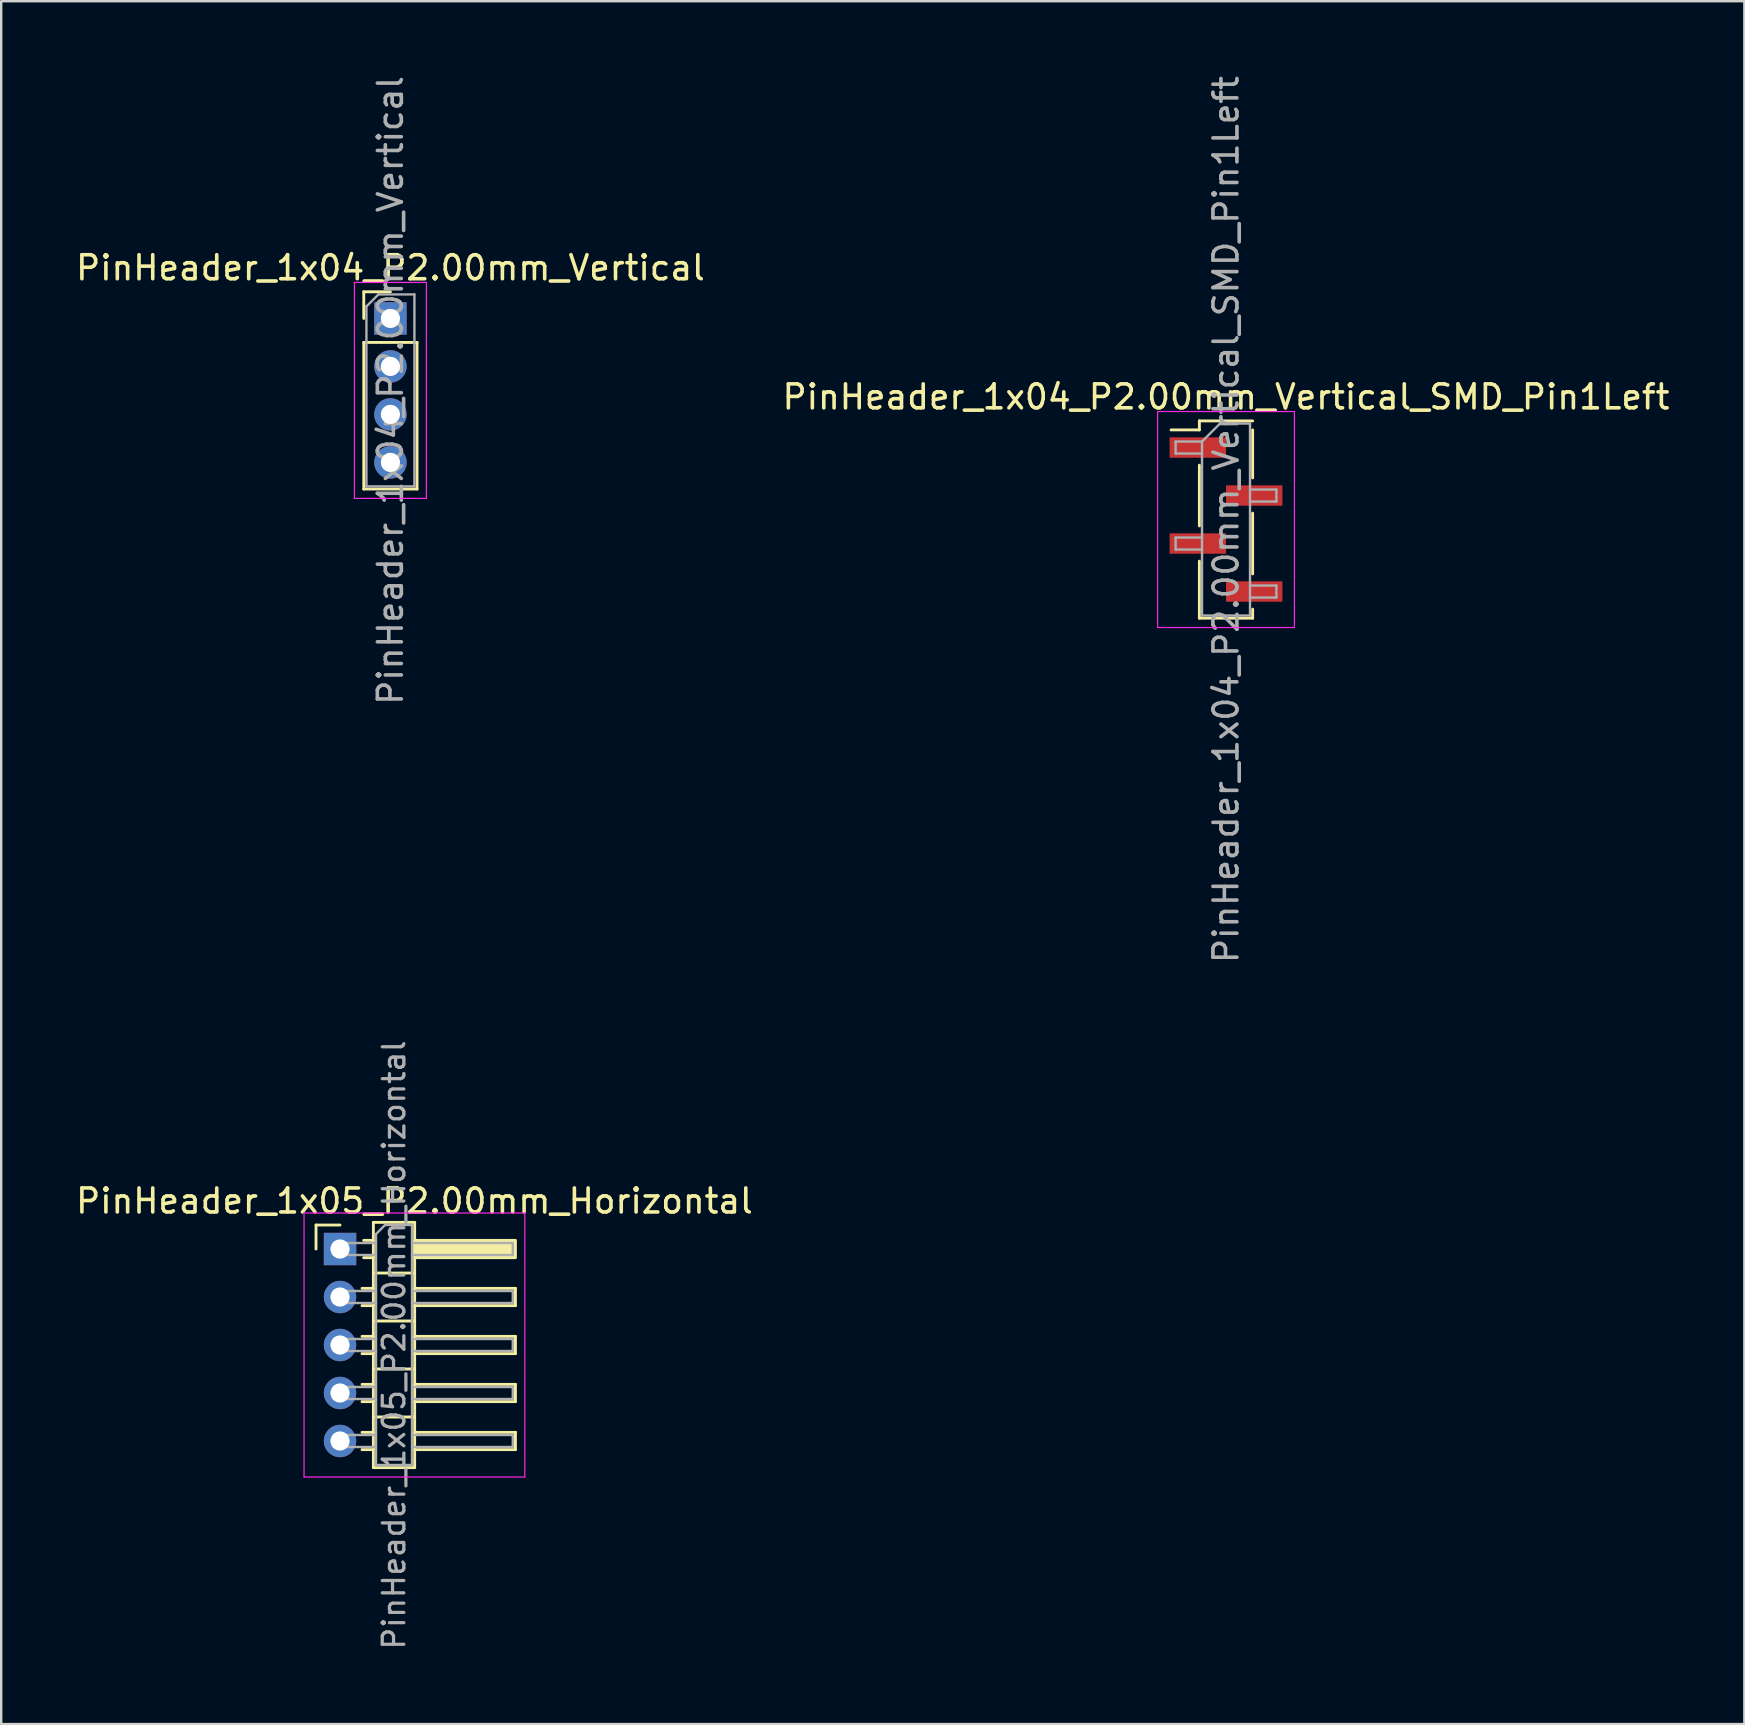
<source format=kicad_pcb>
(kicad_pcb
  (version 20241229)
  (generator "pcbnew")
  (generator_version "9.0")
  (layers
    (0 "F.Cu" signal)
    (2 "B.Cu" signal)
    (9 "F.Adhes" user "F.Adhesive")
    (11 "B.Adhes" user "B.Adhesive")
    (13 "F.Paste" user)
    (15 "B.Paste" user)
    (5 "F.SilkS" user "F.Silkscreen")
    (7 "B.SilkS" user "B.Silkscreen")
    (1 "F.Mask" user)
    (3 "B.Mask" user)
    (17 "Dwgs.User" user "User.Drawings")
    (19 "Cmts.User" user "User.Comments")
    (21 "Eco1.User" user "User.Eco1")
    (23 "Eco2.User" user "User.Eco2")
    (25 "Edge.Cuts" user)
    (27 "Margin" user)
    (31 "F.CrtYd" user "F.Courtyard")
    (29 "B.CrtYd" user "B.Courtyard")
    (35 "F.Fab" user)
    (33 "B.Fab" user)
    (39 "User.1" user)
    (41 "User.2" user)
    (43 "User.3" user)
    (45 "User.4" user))
  (footprint "PinHeader_1x04_P2.00mm_Vertical"
    (layer "F.Cu")
    (at 13.22 10.22)
    (property "Reference" "PinHeader_1x04_P2.00mm_Vertical" (at 0 -2.11 0) (layer "F.SilkS") (effects (font (size 1 1) (thickness 0.15))))
    (attr through_hole)
    (fp_line (start -1.11 -1.11) (end 0 -1.11) (stroke (width 0.12) (type solid)) (layer "F.SilkS"))
    (fp_line (start -1.11 0) (end -1.11 -1.11) (stroke (width 0.12) (type solid)) (layer "F.SilkS"))
    (fp_line (start -1.11 1) (end -1.11 7.11) (stroke (width 0.12) (type solid)) (layer "F.SilkS"))
    (fp_line (start -1.11 1) (end 1.11 1) (stroke (width 0.12) (type solid)) (layer "F.SilkS"))
    (fp_line (start -1.11 7.11) (end 1.11 7.11) (stroke (width 0.12) (type solid)) (layer "F.SilkS"))
    (fp_line (start 1.11 1) (end 1.11 7.11) (stroke (width 0.12) (type solid)) (layer "F.SilkS"))
    (fp_line (start -1.5 -1.5) (end -1.5 7.5) (stroke (width 0.05) (type solid)) (layer "F.CrtYd"))
    (fp_line (start -1.5 7.5) (end 1.5 7.5) (stroke (width 0.05) (type solid)) (layer "F.CrtYd"))
    (fp_line (start 1.5 -1.5) (end -1.5 -1.5) (stroke (width 0.05) (type solid)) (layer "F.CrtYd"))
    (fp_line (start 1.5 7.5) (end 1.5 -1.5) (stroke (width 0.05) (type solid)) (layer "F.CrtYd"))
    (fp_line (start -1 -0.5) (end -0.5 -1) (stroke (width 0.1) (type solid)) (layer "F.Fab"))
    (fp_line (start -1 7) (end -1 -0.5) (stroke (width 0.1) (type solid)) (layer "F.Fab"))
    (fp_line (start -0.5 -1) (end 1 -1) (stroke (width 0.1) (type solid)) (layer "F.Fab"))
    (fp_line (start 1 -1) (end 1 7) (stroke (width 0.1) (type solid)) (layer "F.Fab"))
    (fp_line (start 1 7) (end -1 7) (stroke (width 0.1) (type solid)) (layer "F.Fab"))
    (fp_text user "${REFERENCE}" (at 0 3 90) (layer "F.Fab") (effects (font (size 1 1) (thickness 0.15))))
    (pad "1" thru_hole rect (at 0 0) (size 1.35 1.35) (drill 0.8) (layers "*.Cu" "*.Mask"))
    (pad "2" thru_hole circle (at 0 2) (size 1.35 1.35) (drill 0.8) (layers "*.Cu" "*.Mask"))
    (pad "3" thru_hole circle (at 0 4) (size 1.35 1.35) (drill 0.8) (layers "*.Cu" "*.Mask"))
    (pad "4" thru_hole circle (at 0 6) (size 1.35 1.35) (drill 0.8) (layers "*.Cu" "*.Mask")))
  (footprint "PinHeader_1x04_P2.00mm_Vertical_SMD_Pin1Left"
    (layer "F.Cu")
    (at 48.042 18.601)
    (property "Reference" "PinHeader_1x04_P2.00mm_Vertical_SMD_Pin1Left" (at 0 -5.11 0) (layer "F.SilkS") (effects (font (size 1 1) (thickness 0.15))))
    (attr smd)
    (fp_line (start -1.11 -4.11) (end -1.11 -3.735) (stroke (width 0.12) (type solid)) (layer "F.SilkS"))
    (fp_line (start -1.11 -4.11) (end 1.11 -4.11) (stroke (width 0.12) (type solid)) (layer "F.SilkS"))
    (fp_line (start -1.11 -3.735) (end -2.29 -3.735) (stroke (width 0.12) (type solid)) (layer "F.SilkS"))
    (fp_line (start -1.11 -2.265) (end -1.11 0.265) (stroke (width 0.12) (type solid)) (layer "F.SilkS"))
    (fp_line (start -1.11 1.735) (end -1.11 4.11) (stroke (width 0.12) (type solid)) (layer "F.SilkS"))
    (fp_line (start -1.11 4.11) (end 1.11 4.11) (stroke (width 0.12) (type solid)) (layer "F.SilkS"))
    (fp_line (start 1.11 -3.735) (end 1.11 -1.735) (stroke (width 0.12) (type solid)) (layer "F.SilkS"))
    (fp_line (start 1.11 -0.265) (end 1.11 2.265) (stroke (width 0.12) (type solid)) (layer "F.SilkS"))
    (fp_line (start 1.11 3.735) (end 1.11 4.11) (stroke (width 0.12) (type solid)) (layer "F.SilkS"))
    (fp_line (start -2.85 -4.5) (end -2.85 4.5) (stroke (width 0.05) (type solid)) (layer "F.CrtYd"))
    (fp_line (start -2.85 4.5) (end 2.85 4.5) (stroke (width 0.05) (type solid)) (layer "F.CrtYd"))
    (fp_line (start 2.85 -4.5) (end -2.85 -4.5) (stroke (width 0.05) (type solid)) (layer "F.CrtYd"))
    (fp_line (start 2.85 4.5) (end 2.85 -4.5) (stroke (width 0.05) (type solid)) (layer "F.CrtYd"))
    (fp_line (start -2.1 -3.25) (end -2.1 -2.75) (stroke (width 0.1) (type solid)) (layer "F.Fab"))
    (fp_line (start -2.1 -2.75) (end -1 -2.75) (stroke (width 0.1) (type solid)) (layer "F.Fab"))
    (fp_line (start -2.1 0.75) (end -2.1 1.25) (stroke (width 0.1) (type solid)) (layer "F.Fab"))
    (fp_line (start -2.1 1.25) (end -1 1.25) (stroke (width 0.1) (type solid)) (layer "F.Fab"))
    (fp_line (start -1 -3.25) (end -2.1 -3.25) (stroke (width 0.1) (type solid)) (layer "F.Fab"))
    (fp_line (start -1 -3.25) (end -0.25 -4) (stroke (width 0.1) (type solid)) (layer "F.Fab"))
    (fp_line (start -1 0.75) (end -2.1 0.75) (stroke (width 0.1) (type solid)) (layer "F.Fab"))
    (fp_line (start -1 4) (end -1 -3.25) (stroke (width 0.1) (type solid)) (layer "F.Fab"))
    (fp_line (start -0.25 -4) (end 1 -4) (stroke (width 0.1) (type solid)) (layer "F.Fab"))
    (fp_line (start 1 -4) (end 1 4) (stroke (width 0.1) (type solid)) (layer "F.Fab"))
    (fp_line (start 1 -1.25) (end 2.1 -1.25) (stroke (width 0.1) (type solid)) (layer "F.Fab"))
    (fp_line (start 1 2.75) (end 2.1 2.75) (stroke (width 0.1) (type solid)) (layer "F.Fab"))
    (fp_line (start 1 4) (end -1 4) (stroke (width 0.1) (type solid)) (layer "F.Fab"))
    (fp_line (start 2.1 -1.25) (end 2.1 -0.75) (stroke (width 0.1) (type solid)) (layer "F.Fab"))
    (fp_line (start 2.1 -0.75) (end 1 -0.75) (stroke (width 0.1) (type solid)) (layer "F.Fab"))
    (fp_line (start 2.1 2.75) (end 2.1 3.25) (stroke (width 0.1) (type solid)) (layer "F.Fab"))
    (fp_line (start 2.1 3.25) (end 1 3.25) (stroke (width 0.1) (type solid)) (layer "F.Fab"))
    (fp_text user "${REFERENCE}" (at 0 0 90) (layer "F.Fab") (effects (font (size 1 1) (thickness 0.15))))
    (pad "1" smd rect (at -1.175 -3) (size 2.35 0.85) (layers "F.Cu" "F.Mask" "F.Paste"))
    (pad "2" smd rect (at 1.175 -1) (size 2.35 0.85) (layers "F.Cu" "F.Mask" "F.Paste"))
    (pad "3" smd rect (at -1.175 1) (size 2.35 0.85) (layers "F.Cu" "F.Mask" "F.Paste"))
    (pad "4" smd rect (at 1.175 3) (size 2.35 0.85) (layers "F.Cu" "F.Mask" "F.Paste")))
  (footprint "PinHeader_1x05_P2.00mm_Horizontal"
    (layer "F.Cu")
    (at 11.12 49.001)
    (property "Reference" "PinHeader_1x05_P2.00mm_Horizontal" (at 3.1 -2 0) (layer "F.SilkS") (effects (font (size 1 1) (thickness 0.15))))
    (attr through_hole)
    (fp_line (start -1 -1) (end 0 -1) (stroke (width 0.12) (type solid)) (layer "F.SilkS"))
    (fp_line (start -1 0) (end -1 -1) (stroke (width 0.12) (type solid)) (layer "F.SilkS"))
    (fp_line (start 0.917 1.64) (end 1.39 1.64) (stroke (width 0.12) (type solid)) (layer "F.SilkS"))
    (fp_line (start 0.917 2.36) (end 1.39 2.36) (stroke (width 0.12) (type solid)) (layer "F.SilkS"))
    (fp_line (start 0.917 3.64) (end 1.39 3.64) (stroke (width 0.12) (type solid)) (layer "F.SilkS"))
    (fp_line (start 0.917 4.36) (end 1.39 4.36) (stroke (width 0.12) (type solid)) (layer "F.SilkS"))
    (fp_line (start 0.917 5.64) (end 1.39 5.64) (stroke (width 0.12) (type solid)) (layer "F.SilkS"))
    (fp_line (start 0.917 6.36) (end 1.39 6.36) (stroke (width 0.12) (type solid)) (layer "F.SilkS"))
    (fp_line (start 0.917 7.64) (end 1.39 7.64) (stroke (width 0.12) (type solid)) (layer "F.SilkS"))
    (fp_line (start 0.917 8.36) (end 1.39 8.36) (stroke (width 0.12) (type solid)) (layer "F.SilkS"))
    (fp_line (start 0.985 -0.36) (end 1.39 -0.36) (stroke (width 0.12) (type solid)) (layer "F.SilkS"))
    (fp_line (start 0.985 0.36) (end 1.39 0.36) (stroke (width 0.12) (type solid)) (layer "F.SilkS"))
    (fp_line (start 1.39 -1.11) (end 1.39 9.11) (stroke (width 0.12) (type solid)) (layer "F.SilkS"))
    (fp_line (start 1.39 1) (end 3.11 1) (stroke (width 0.12) (type solid)) (layer "F.SilkS"))
    (fp_line (start 1.39 3) (end 3.11 3) (stroke (width 0.12) (type solid)) (layer "F.SilkS"))
    (fp_line (start 1.39 5) (end 3.11 5) (stroke (width 0.12) (type solid)) (layer "F.SilkS"))
    (fp_line (start 1.39 7) (end 3.11 7) (stroke (width 0.12) (type solid)) (layer "F.SilkS"))
    (fp_line (start 1.39 9.11) (end 3.11 9.11) (stroke (width 0.12) (type solid)) (layer "F.SilkS"))
    (fp_line (start 3.11 -1.11) (end 1.39 -1.11) (stroke (width 0.12) (type solid)) (layer "F.SilkS"))
    (fp_line (start 3.11 1.64) (end 7.31 1.64) (stroke (width 0.12) (type solid)) (layer "F.SilkS"))
    (fp_line (start 3.11 3.64) (end 7.31 3.64) (stroke (width 0.12) (type solid)) (layer "F.SilkS"))
    (fp_line (start 3.11 5.64) (end 7.31 5.64) (stroke (width 0.12) (type solid)) (layer "F.SilkS"))
    (fp_line (start 3.11 7.64) (end 7.31 7.64) (stroke (width 0.12) (type solid)) (layer "F.SilkS"))
    (fp_line (start 3.11 9.11) (end 3.11 -1.11) (stroke (width 0.12) (type solid)) (layer "F.SilkS"))
    (fp_line (start 7.31 1.64) (end 7.31 2.36) (stroke (width 0.12) (type solid)) (layer "F.SilkS"))
    (fp_line (start 7.31 2.36) (end 3.11 2.36) (stroke (width 0.12) (type solid)) (layer "F.SilkS"))
    (fp_line (start 7.31 3.64) (end 7.31 4.36) (stroke (width 0.12) (type solid)) (layer "F.SilkS"))
    (fp_line (start 7.31 4.36) (end 3.11 4.36) (stroke (width 0.12) (type solid)) (layer "F.SilkS"))
    (fp_line (start 7.31 5.64) (end 7.31 6.36) (stroke (width 0.12) (type solid)) (layer "F.SilkS"))
    (fp_line (start 7.31 6.36) (end 3.11 6.36) (stroke (width 0.12) (type solid)) (layer "F.SilkS"))
    (fp_line (start 7.31 7.64) (end 7.31 8.36) (stroke (width 0.12) (type solid)) (layer "F.SilkS"))
    (fp_line (start 7.31 8.36) (end 3.11 8.36) (stroke (width 0.12) (type solid)) (layer "F.SilkS"))
    (fp_rect (start 3.11 -0.36) (end 7.31 0.36) (stroke (width 0.12) (type solid)) (fill yes) (layer "F.SilkS"))
    (fp_line (start -1.5 -1.5) (end -1.5 9.5) (stroke (width 0.05) (type solid)) (layer "F.CrtYd"))
    (fp_line (start -1.5 9.5) (end 7.7 9.5) (stroke (width 0.05) (type solid)) (layer "F.CrtYd"))
    (fp_line (start 7.7 -1.5) (end -1.5 -1.5) (stroke (width 0.05) (type solid)) (layer "F.CrtYd"))
    (fp_line (start 7.7 9.5) (end 7.7 -1.5) (stroke (width 0.05) (type solid)) (layer "F.CrtYd"))
    (fp_line (start -0.25 -0.25) (end -0.25 0.25) (stroke (width 0.1) (type solid)) (layer "F.Fab"))
    (fp_line (start -0.25 -0.25) (end 1.5 -0.25) (stroke (width 0.1) (type solid)) (layer "F.Fab"))
    (fp_line (start -0.25 0.25) (end 1.5 0.25) (stroke (width 0.1) (type solid)) (layer "F.Fab"))
    (fp_line (start -0.25 1.75) (end -0.25 2.25) (stroke (width 0.1) (type solid)) (layer "F.Fab"))
    (fp_line (start -0.25 1.75) (end 1.5 1.75) (stroke (width 0.1) (type solid)) (layer "F.Fab"))
    (fp_line (start -0.25 2.25) (end 1.5 2.25) (stroke (width 0.1) (type solid)) (layer "F.Fab"))
    (fp_line (start -0.25 3.75) (end -0.25 4.25) (stroke (width 0.1) (type solid)) (layer "F.Fab"))
    (fp_line (start -0.25 3.75) (end 1.5 3.75) (stroke (width 0.1) (type solid)) (layer "F.Fab"))
    (fp_line (start -0.25 4.25) (end 1.5 4.25) (stroke (width 0.1) (type solid)) (layer "F.Fab"))
    (fp_line (start -0.25 5.75) (end -0.25 6.25) (stroke (width 0.1) (type solid)) (layer "F.Fab"))
    (fp_line (start -0.25 5.75) (end 1.5 5.75) (stroke (width 0.1) (type solid)) (layer "F.Fab"))
    (fp_line (start -0.25 6.25) (end 1.5 6.25) (stroke (width 0.1) (type solid)) (layer "F.Fab"))
    (fp_line (start -0.25 7.75) (end -0.25 8.25) (stroke (width 0.1) (type solid)) (layer "F.Fab"))
    (fp_line (start -0.25 7.75) (end 1.5 7.75) (stroke (width 0.1) (type solid)) (layer "F.Fab"))
    (fp_line (start -0.25 8.25) (end 1.5 8.25) (stroke (width 0.1) (type solid)) (layer "F.Fab"))
    (fp_line (start 1.5 -0.625) (end 1.875 -1) (stroke (width 0.1) (type solid)) (layer "F.Fab"))
    (fp_line (start 1.5 9) (end 1.5 -0.625) (stroke (width 0.1) (type solid)) (layer "F.Fab"))
    (fp_line (start 1.875 -1) (end 3 -1) (stroke (width 0.1) (type solid)) (layer "F.Fab"))
    (fp_line (start 3 -1) (end 3 9) (stroke (width 0.1) (type solid)) (layer "F.Fab"))
    (fp_line (start 3 -0.25) (end 7.2 -0.25) (stroke (width 0.1) (type solid)) (layer "F.Fab"))
    (fp_line (start 3 0.25) (end 7.2 0.25) (stroke (width 0.1) (type solid)) (layer "F.Fab"))
    (fp_line (start 3 1.75) (end 7.2 1.75) (stroke (width 0.1) (type solid)) (layer "F.Fab"))
    (fp_line (start 3 2.25) (end 7.2 2.25) (stroke (width 0.1) (type solid)) (layer "F.Fab"))
    (fp_line (start 3 3.75) (end 7.2 3.75) (stroke (width 0.1) (type solid)) (layer "F.Fab"))
    (fp_line (start 3 4.25) (end 7.2 4.25) (stroke (width 0.1) (type solid)) (layer "F.Fab"))
    (fp_line (start 3 5.75) (end 7.2 5.75) (stroke (width 0.1) (type solid)) (layer "F.Fab"))
    (fp_line (start 3 6.25) (end 7.2 6.25) (stroke (width 0.1) (type solid)) (layer "F.Fab"))
    (fp_line (start 3 7.75) (end 7.2 7.75) (stroke (width 0.1) (type solid)) (layer "F.Fab"))
    (fp_line (start 3 8.25) (end 7.2 8.25) (stroke (width 0.1) (type solid)) (layer "F.Fab"))
    (fp_line (start 3 9) (end 1.5 9) (stroke (width 0.1) (type solid)) (layer "F.Fab"))
    (fp_line (start 7.2 -0.25) (end 7.2 0.25) (stroke (width 0.1) (type solid)) (layer "F.Fab"))
    (fp_line (start 7.2 1.75) (end 7.2 2.25) (stroke (width 0.1) (type solid)) (layer "F.Fab"))
    (fp_line (start 7.2 3.75) (end 7.2 4.25) (stroke (width 0.1) (type solid)) (layer "F.Fab"))
    (fp_line (start 7.2 5.75) (end 7.2 6.25) (stroke (width 0.1) (type solid)) (layer "F.Fab"))
    (fp_line (start 7.2 7.75) (end 7.2 8.25) (stroke (width 0.1) (type solid)) (layer "F.Fab"))
    (fp_text user "${REFERENCE}" (at 2.25 4 90) (layer "F.Fab") (effects (font (size 0.9 0.9) (thickness 0.135))))
    (pad "1" thru_hole rect (at 0 0) (size 1.35 1.35) (drill 0.8) (layers "*.Cu" "*.Mask"))
    (pad "2" thru_hole circle (at 0 2) (size 1.35 1.35) (drill 0.8) (layers "*.Cu" "*.Mask"))
    (pad "3" thru_hole circle (at 0 4) (size 1.35 1.35) (drill 0.8) (layers "*.Cu" "*.Mask"))
    (pad "4" thru_hole circle (at 0 6) (size 1.35 1.35) (drill 0.8) (layers "*.Cu" "*.Mask"))
    (pad "5" thru_hole circle (at 0 8) (size 1.35 1.35) (drill 0.8) (layers "*.Cu" "*.Mask")))
  (gr_rect
    (start -3 -3)
    (end 69.643 68.799)
    (stroke (width 0.1) (type default))
    (fill no)
    (layer "Edge.Cuts")))
</source>
